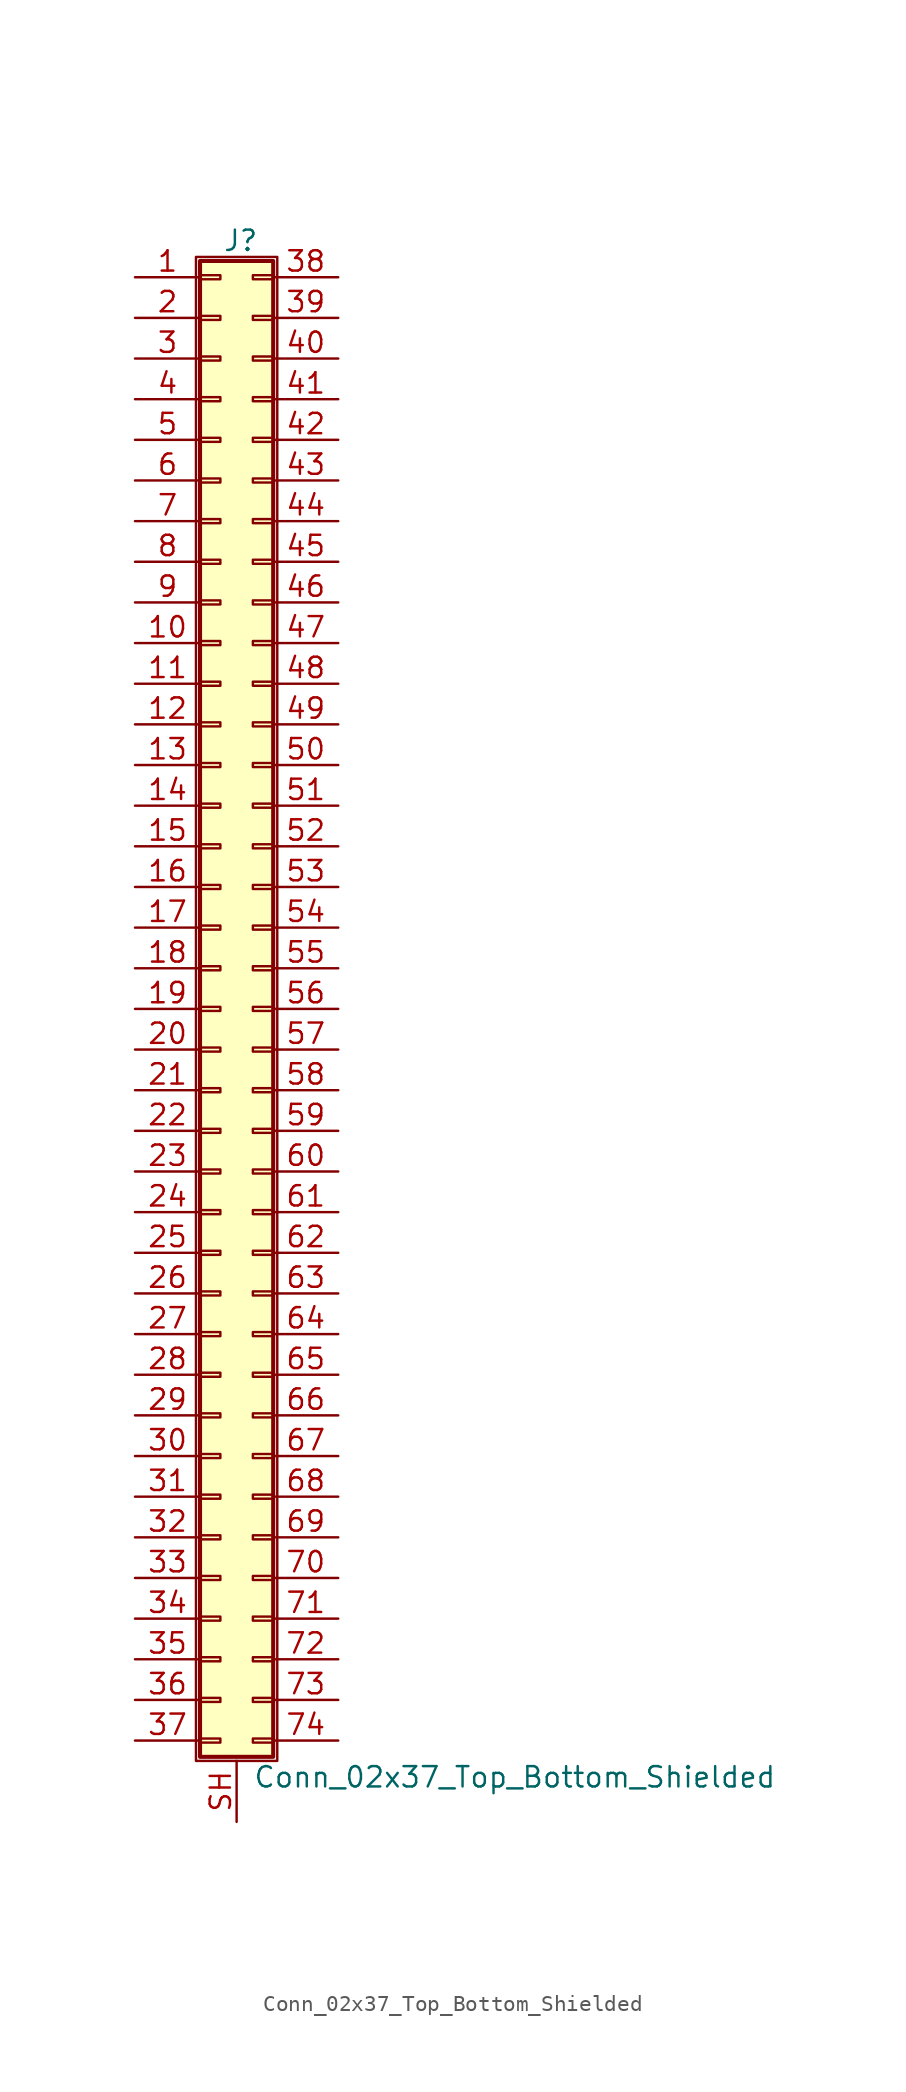
<source format=kicad_sym>
(kicad_symbol_lib
  (version 20220914)
  (generator kicad_symbol_editor)
  (symbol "Conn_02x37_Top_Bottom_Shielded"
    (pin_names
      (offset 1.016) hide)
    (property "Reference" "J"
      (at 1.524 48.006 0)
      (effects (font (size 1.27 1.27))))
    (property "Value" "Conn_02x37_Top_Bottom_Shielded"
      (at 2.286 -48.006 0)
      (effects (font (size 1.27 1.27)) (justify left)))
    (symbol "Conn_02x37_Top_Bottom_Shielded_1_1"
      (rectangle (start -1.27 46.99) (end 3.81 -46.99) (stroke (width 0.152) (type default)) (fill (type none)))
      (rectangle (start -1.016 -45.593) (end 0.254 -45.847) (stroke (width 0.152) (type default)) (fill (type none)))
      (rectangle (start -1.016 -43.053) (end 0.254 -43.307) (stroke (width 0.152) (type default)) (fill (type none)))
      (rectangle (start -1.016 -40.513) (end 0.254 -40.767) (stroke (width 0.152) (type default)) (fill (type none)))
      (rectangle (start -1.016 -37.973) (end 0.254 -38.227) (stroke (width 0.152) (type default)) (fill (type none)))
      (rectangle (start -1.016 -35.433) (end 0.254 -35.687) (stroke (width 0.152) (type default)) (fill (type none)))
      (rectangle (start -1.016 -32.893) (end 0.254 -33.147) (stroke (width 0.152) (type default)) (fill (type none)))
      (rectangle (start -1.016 -30.353) (end 0.254 -30.607) (stroke (width 0.152) (type default)) (fill (type none)))
      (rectangle (start -1.016 -27.813) (end 0.254 -28.067) (stroke (width 0.152) (type default)) (fill (type none)))
      (rectangle (start -1.016 -25.273) (end 0.254 -25.527) (stroke (width 0.152) (type default)) (fill (type none)))
      (rectangle (start -1.016 -22.733) (end 0.254 -22.987) (stroke (width 0.152) (type default)) (fill (type none)))
      (rectangle (start -1.016 -20.193) (end 0.254 -20.447) (stroke (width 0.152) (type default)) (fill (type none)))
      (rectangle (start -1.016 -17.653) (end 0.254 -17.907) (stroke (width 0.152) (type default)) (fill (type none)))
      (rectangle (start -1.016 -15.113) (end 0.254 -15.367) (stroke (width 0.152) (type default)) (fill (type none)))
      (rectangle (start -1.016 -12.573) (end 0.254 -12.827) (stroke (width 0.152) (type default)) (fill (type none)))
      (rectangle (start -1.016 -10.033) (end 0.254 -10.287) (stroke (width 0.152) (type default)) (fill (type none)))
      (rectangle (start -1.016 -7.493) (end 0.254 -7.747) (stroke (width 0.152) (type default)) (fill (type none)))
      (rectangle (start -1.016 -4.953) (end 0.254 -5.207) (stroke (width 0.152) (type default)) (fill (type none)))
      (rectangle (start -1.016 -2.413) (end 0.254 -2.667) (stroke (width 0.152) (type default)) (fill (type none)))
      (rectangle (start -1.016 0.127) (end 0.254 -0.127) (stroke (width 0.152) (type default)) (fill (type none)))
      (rectangle (start -1.016 2.667) (end 0.254 2.413) (stroke (width 0.152) (type default)) (fill (type none)))
      (rectangle (start -1.016 5.207) (end 0.254 4.953) (stroke (width 0.152) (type default)) (fill (type none)))
      (rectangle (start -1.016 7.747) (end 0.254 7.493) (stroke (width 0.152) (type default)) (fill (type none)))
      (rectangle (start -1.016 10.287) (end 0.254 10.033) (stroke (width 0.152) (type default)) (fill (type none)))
      (rectangle (start -1.016 12.827) (end 0.254 12.573) (stroke (width 0.152) (type default)) (fill (type none)))
      (rectangle (start -1.016 15.367) (end 0.254 15.113) (stroke (width 0.152) (type default)) (fill (type none)))
      (rectangle (start -1.016 17.907) (end 0.254 17.653) (stroke (width 0.152) (type default)) (fill (type none)))
      (rectangle (start -1.016 20.447) (end 0.254 20.193) (stroke (width 0.152) (type default)) (fill (type none)))
      (rectangle (start -1.016 22.987) (end 0.254 22.733) (stroke (width 0.152) (type default)) (fill (type none)))
      (rectangle (start -1.016 25.527) (end 0.254 25.273) (stroke (width 0.152) (type default)) (fill (type none)))
      (rectangle (start -1.016 28.067) (end 0.254 27.813) (stroke (width 0.152) (type default)) (fill (type none)))
      (rectangle (start -1.016 30.607) (end 0.254 30.353) (stroke (width 0.152) (type default)) (fill (type none)))
      (rectangle (start -1.016 33.147) (end 0.254 32.893) (stroke (width 0.152) (type default)) (fill (type none)))
      (rectangle (start -1.016 35.687) (end 0.254 35.433) (stroke (width 0.152) (type default)) (fill (type none)))
      (rectangle (start -1.016 38.227) (end 0.254 37.973) (stroke (width 0.152) (type default)) (fill (type none)))
      (rectangle (start -1.016 40.767) (end 0.254 40.513) (stroke (width 0.152) (type default)) (fill (type none)))
      (rectangle (start -1.016 43.307) (end 0.254 43.053) (stroke (width 0.152) (type default)) (fill (type none)))
      (rectangle (start -1.016 45.847) (end 0.254 45.593) (stroke (width 0.152) (type default)) (fill (type none)))
      (rectangle (start -1.016 46.736) (end 3.556 -46.736) (stroke (width 0.254) (type default)) (fill (type background)))
      (rectangle (start 3.556 -45.593) (end 2.286 -45.847) (stroke (width 0.152) (type default)) (fill (type none)))
      (rectangle (start 3.556 -43.053) (end 2.286 -43.307) (stroke (width 0.152) (type default)) (fill (type none)))
      (rectangle (start 3.556 -40.513) (end 2.286 -40.767) (stroke (width 0.152) (type default)) (fill (type none)))
      (rectangle (start 3.556 -37.973) (end 2.286 -38.227) (stroke (width 0.152) (type default)) (fill (type none)))
      (rectangle (start 3.556 -35.433) (end 2.286 -35.687) (stroke (width 0.152) (type default)) (fill (type none)))
      (rectangle (start 3.556 -32.893) (end 2.286 -33.147) (stroke (width 0.152) (type default)) (fill (type none)))
      (rectangle (start 3.556 -30.353) (end 2.286 -30.607) (stroke (width 0.152) (type default)) (fill (type none)))
      (rectangle (start 3.556 -27.813) (end 2.286 -28.067) (stroke (width 0.152) (type default)) (fill (type none)))
      (rectangle (start 3.556 -25.273) (end 2.286 -25.527) (stroke (width 0.152) (type default)) (fill (type none)))
      (rectangle (start 3.556 -22.733) (end 2.286 -22.987) (stroke (width 0.152) (type default)) (fill (type none)))
      (rectangle (start 3.556 -20.193) (end 2.286 -20.447) (stroke (width 0.152) (type default)) (fill (type none)))
      (rectangle (start 3.556 -17.653) (end 2.286 -17.907) (stroke (width 0.152) (type default)) (fill (type none)))
      (rectangle (start 3.556 -15.113) (end 2.286 -15.367) (stroke (width 0.152) (type default)) (fill (type none)))
      (rectangle (start 3.556 -12.573) (end 2.286 -12.827) (stroke (width 0.152) (type default)) (fill (type none)))
      (rectangle (start 3.556 -10.033) (end 2.286 -10.287) (stroke (width 0.152) (type default)) (fill (type none)))
      (rectangle (start 3.556 -7.493) (end 2.286 -7.747) (stroke (width 0.152) (type default)) (fill (type none)))
      (rectangle (start 3.556 -4.953) (end 2.286 -5.207) (stroke (width 0.152) (type default)) (fill (type none)))
      (rectangle (start 3.556 -2.413) (end 2.286 -2.667) (stroke (width 0.152) (type default)) (fill (type none)))
      (rectangle (start 3.556 0.127) (end 2.286 -0.127) (stroke (width 0.152) (type default)) (fill (type none)))
      (rectangle (start 3.556 2.667) (end 2.286 2.413) (stroke (width 0.152) (type default)) (fill (type none)))
      (rectangle (start 3.556 5.207) (end 2.286 4.953) (stroke (width 0.152) (type default)) (fill (type none)))
      (rectangle (start 3.556 7.747) (end 2.286 7.493) (stroke (width 0.152) (type default)) (fill (type none)))
      (rectangle (start 3.556 10.287) (end 2.286 10.033) (stroke (width 0.152) (type default)) (fill (type none)))
      (rectangle (start 3.556 12.827) (end 2.286 12.573) (stroke (width 0.152) (type default)) (fill (type none)))
      (rectangle (start 3.556 15.367) (end 2.286 15.113) (stroke (width 0.152) (type default)) (fill (type none)))
      (rectangle (start 3.556 17.907) (end 2.286 17.653) (stroke (width 0.152) (type default)) (fill (type none)))
      (rectangle (start 3.556 20.447) (end 2.286 20.193) (stroke (width 0.152) (type default)) (fill (type none)))
      (rectangle (start 3.556 22.987) (end 2.286 22.733) (stroke (width 0.152) (type default)) (fill (type none)))
      (rectangle (start 3.556 25.527) (end 2.286 25.273) (stroke (width 0.152) (type default)) (fill (type none)))
      (rectangle (start 3.556 28.067) (end 2.286 27.813) (stroke (width 0.152) (type default)) (fill (type none)))
      (rectangle (start 3.556 30.607) (end 2.286 30.353) (stroke (width 0.152) (type default)) (fill (type none)))
      (rectangle (start 3.556 33.147) (end 2.286 32.893) (stroke (width 0.152) (type default)) (fill (type none)))
      (rectangle (start 3.556 35.687) (end 2.286 35.433) (stroke (width 0.152) (type default)) (fill (type none)))
      (rectangle (start 3.556 38.227) (end 2.286 37.973) (stroke (width 0.152) (type default)) (fill (type none)))
      (rectangle (start 3.556 40.767) (end 2.286 40.513) (stroke (width 0.152) (type default)) (fill (type none)))
      (rectangle (start 3.556 43.307) (end 2.286 43.053) (stroke (width 0.152) (type default)) (fill (type none)))
      (rectangle (start 3.556 45.847) (end 2.286 45.593) (stroke (width 0.152) (type default)) (fill (type none)))
      (pin passive line (at -5.08 45.72 0) (length 4.064) (name "Pin_1" (effects (font (size 1.27 1.27)))) (number "1" (effects (font (size 1.27 1.27)))))
      (pin passive line (at -5.08 22.86 0) (length 4.064) (name "Pin_10" (effects (font (size 1.27 1.27)))) (number "10" (effects (font (size 1.27 1.27)))))
      (pin passive line (at -5.08 20.32 0) (length 4.064) (name "Pin_11" (effects (font (size 1.27 1.27)))) (number "11" (effects (font (size 1.27 1.27)))))
      (pin passive line (at -5.08 17.78 0) (length 4.064) (name "Pin_12" (effects (font (size 1.27 1.27)))) (number "12" (effects (font (size 1.27 1.27)))))
      (pin passive line (at -5.08 15.24 0) (length 4.064) (name "Pin_13" (effects (font (size 1.27 1.27)))) (number "13" (effects (font (size 1.27 1.27)))))
      (pin passive line (at -5.08 12.7 0) (length 4.064) (name "Pin_14" (effects (font (size 1.27 1.27)))) (number "14" (effects (font (size 1.27 1.27)))))
      (pin passive line (at -5.08 10.16 0) (length 4.064) (name "Pin_15" (effects (font (size 1.27 1.27)))) (number "15" (effects (font (size 1.27 1.27)))))
      (pin passive line (at -5.08 7.62 0) (length 4.064) (name "Pin_16" (effects (font (size 1.27 1.27)))) (number "16" (effects (font (size 1.27 1.27)))))
      (pin passive line (at -5.08 5.08 0) (length 4.064) (name "Pin_17" (effects (font (size 1.27 1.27)))) (number "17" (effects (font (size 1.27 1.27)))))
      (pin passive line (at -5.08 2.54 0) (length 4.064) (name "Pin_18" (effects (font (size 1.27 1.27)))) (number "18" (effects (font (size 1.27 1.27)))))
      (pin passive line (at -5.08 0 0) (length 4.064) (name "Pin_19" (effects (font (size 1.27 1.27)))) (number "19" (effects (font (size 1.27 1.27)))))
      (pin passive line (at -5.08 43.18 0) (length 4.064) (name "Pin_2" (effects (font (size 1.27 1.27)))) (number "2" (effects (font (size 1.27 1.27)))))
      (pin passive line (at -5.08 -2.54 0) (length 4.064) (name "Pin_20" (effects (font (size 1.27 1.27)))) (number "20" (effects (font (size 1.27 1.27)))))
      (pin passive line (at -5.08 -5.08 0) (length 4.064) (name "Pin_21" (effects (font (size 1.27 1.27)))) (number "21" (effects (font (size 1.27 1.27)))))
      (pin passive line (at -5.08 -7.62 0) (length 4.064) (name "Pin_22" (effects (font (size 1.27 1.27)))) (number "22" (effects (font (size 1.27 1.27)))))
      (pin passive line (at -5.08 -10.16 0) (length 4.064) (name "Pin_23" (effects (font (size 1.27 1.27)))) (number "23" (effects (font (size 1.27 1.27)))))
      (pin passive line (at -5.08 -12.7 0) (length 4.064) (name "Pin_24" (effects (font (size 1.27 1.27)))) (number "24" (effects (font (size 1.27 1.27)))))
      (pin passive line (at -5.08 -15.24 0) (length 4.064) (name "Pin_25" (effects (font (size 1.27 1.27)))) (number "25" (effects (font (size 1.27 1.27)))))
      (pin passive line (at -5.08 -17.78 0) (length 4.064) (name "Pin_26" (effects (font (size 1.27 1.27)))) (number "26" (effects (font (size 1.27 1.27)))))
      (pin passive line (at -5.08 -20.32 0) (length 4.064) (name "Pin_27" (effects (font (size 1.27 1.27)))) (number "27" (effects (font (size 1.27 1.27)))))
      (pin passive line (at -5.08 -22.86 0) (length 4.064) (name "Pin_28" (effects (font (size 1.27 1.27)))) (number "28" (effects (font (size 1.27 1.27)))))
      (pin passive line (at -5.08 -25.4 0) (length 4.064) (name "Pin_29" (effects (font (size 1.27 1.27)))) (number "29" (effects (font (size 1.27 1.27)))))
      (pin passive line (at -5.08 40.64 0) (length 4.064) (name "Pin_3" (effects (font (size 1.27 1.27)))) (number "3" (effects (font (size 1.27 1.27)))))
      (pin passive line (at -5.08 -27.94 0) (length 4.064) (name "Pin_30" (effects (font (size 1.27 1.27)))) (number "30" (effects (font (size 1.27 1.27)))))
      (pin passive line (at -5.08 -30.48 0) (length 4.064) (name "Pin_31" (effects (font (size 1.27 1.27)))) (number "31" (effects (font (size 1.27 1.27)))))
      (pin passive line (at -5.08 -33.02 0) (length 4.064) (name "Pin_32" (effects (font (size 1.27 1.27)))) (number "32" (effects (font (size 1.27 1.27)))))
      (pin passive line (at -5.08 -35.56 0) (length 4.064) (name "Pin_33" (effects (font (size 1.27 1.27)))) (number "33" (effects (font (size 1.27 1.27)))))
      (pin passive line (at -5.08 -38.1 0) (length 4.064) (name "Pin_34" (effects (font (size 1.27 1.27)))) (number "34" (effects (font (size 1.27 1.27)))))
      (pin passive line (at -5.08 -40.64 0) (length 4.064) (name "Pin_35" (effects (font (size 1.27 1.27)))) (number "35" (effects (font (size 1.27 1.27)))))
      (pin passive line (at -5.08 -43.18 0) (length 4.064) (name "Pin_36" (effects (font (size 1.27 1.27)))) (number "36" (effects (font (size 1.27 1.27)))))
      (pin passive line (at -5.08 -45.72 0) (length 4.064) (name "Pin_37" (effects (font (size 1.27 1.27)))) (number "37" (effects (font (size 1.27 1.27)))))
      (pin passive line (at 7.62 45.72 180) (length 4.064) (name "Pin_38" (effects (font (size 1.27 1.27)))) (number "38" (effects (font (size 1.27 1.27)))))
      (pin passive line (at 7.62 43.18 180) (length 4.064) (name "Pin_39" (effects (font (size 1.27 1.27)))) (number "39" (effects (font (size 1.27 1.27)))))
      (pin passive line (at -5.08 38.1 0) (length 4.064) (name "Pin_4" (effects (font (size 1.27 1.27)))) (number "4" (effects (font (size 1.27 1.27)))))
      (pin passive line (at 7.62 40.64 180) (length 4.064) (name "Pin_40" (effects (font (size 1.27 1.27)))) (number "40" (effects (font (size 1.27 1.27)))))
      (pin passive line (at 7.62 38.1 180) (length 4.064) (name "Pin_41" (effects (font (size 1.27 1.27)))) (number "41" (effects (font (size 1.27 1.27)))))
      (pin passive line (at 7.62 35.56 180) (length 4.064) (name "Pin_42" (effects (font (size 1.27 1.27)))) (number "42" (effects (font (size 1.27 1.27)))))
      (pin passive line (at 7.62 33.02 180) (length 4.064) (name "Pin_43" (effects (font (size 1.27 1.27)))) (number "43" (effects (font (size 1.27 1.27)))))
      (pin passive line (at 7.62 30.48 180) (length 4.064) (name "Pin_44" (effects (font (size 1.27 1.27)))) (number "44" (effects (font (size 1.27 1.27)))))
      (pin passive line (at 7.62 27.94 180) (length 4.064) (name "Pin_45" (effects (font (size 1.27 1.27)))) (number "45" (effects (font (size 1.27 1.27)))))
      (pin passive line (at 7.62 25.4 180) (length 4.064) (name "Pin_46" (effects (font (size 1.27 1.27)))) (number "46" (effects (font (size 1.27 1.27)))))
      (pin passive line (at 7.62 22.86 180) (length 4.064) (name "Pin_47" (effects (font (size 1.27 1.27)))) (number "47" (effects (font (size 1.27 1.27)))))
      (pin passive line (at 7.62 20.32 180) (length 4.064) (name "Pin_48" (effects (font (size 1.27 1.27)))) (number "48" (effects (font (size 1.27 1.27)))))
      (pin passive line (at 7.62 17.78 180) (length 4.064) (name "Pin_49" (effects (font (size 1.27 1.27)))) (number "49" (effects (font (size 1.27 1.27)))))
      (pin passive line (at -5.08 35.56 0) (length 4.064) (name "Pin_5" (effects (font (size 1.27 1.27)))) (number "5" (effects (font (size 1.27 1.27)))))
      (pin passive line (at 7.62 15.24 180) (length 4.064) (name "Pin_50" (effects (font (size 1.27 1.27)))) (number "50" (effects (font (size 1.27 1.27)))))
      (pin passive line (at 7.62 12.7 180) (length 4.064) (name "Pin_51" (effects (font (size 1.27 1.27)))) (number "51" (effects (font (size 1.27 1.27)))))
      (pin passive line (at 7.62 10.16 180) (length 4.064) (name "Pin_52" (effects (font (size 1.27 1.27)))) (number "52" (effects (font (size 1.27 1.27)))))
      (pin passive line (at 7.62 7.62 180) (length 4.064) (name "Pin_53" (effects (font (size 1.27 1.27)))) (number "53" (effects (font (size 1.27 1.27)))))
      (pin passive line (at 7.62 5.08 180) (length 4.064) (name "Pin_54" (effects (font (size 1.27 1.27)))) (number "54" (effects (font (size 1.27 1.27)))))
      (pin passive line (at 7.62 2.54 180) (length 4.064) (name "Pin_55" (effects (font (size 1.27 1.27)))) (number "55" (effects (font (size 1.27 1.27)))))
      (pin passive line (at 7.62 0 180) (length 4.064) (name "Pin_56" (effects (font (size 1.27 1.27)))) (number "56" (effects (font (size 1.27 1.27)))))
      (pin passive line (at 7.62 -2.54 180) (length 4.064) (name "Pin_57" (effects (font (size 1.27 1.27)))) (number "57" (effects (font (size 1.27 1.27)))))
      (pin passive line (at 7.62 -5.08 180) (length 4.064) (name "Pin_58" (effects (font (size 1.27 1.27)))) (number "58" (effects (font (size 1.27 1.27)))))
      (pin passive line (at 7.62 -7.62 180) (length 4.064) (name "Pin_59" (effects (font (size 1.27 1.27)))) (number "59" (effects (font (size 1.27 1.27)))))
      (pin passive line (at -5.08 33.02 0) (length 4.064) (name "Pin_6" (effects (font (size 1.27 1.27)))) (number "6" (effects (font (size 1.27 1.27)))))
      (pin passive line (at 7.62 -10.16 180) (length 4.064) (name "Pin_60" (effects (font (size 1.27 1.27)))) (number "60" (effects (font (size 1.27 1.27)))))
      (pin passive line (at 7.62 -12.7 180) (length 4.064) (name "Pin_61" (effects (font (size 1.27 1.27)))) (number "61" (effects (font (size 1.27 1.27)))))
      (pin passive line (at 7.62 -15.24 180) (length 4.064) (name "Pin_62" (effects (font (size 1.27 1.27)))) (number "62" (effects (font (size 1.27 1.27)))))
      (pin passive line (at 7.62 -17.78 180) (length 4.064) (name "Pin_63" (effects (font (size 1.27 1.27)))) (number "63" (effects (font (size 1.27 1.27)))))
      (pin passive line (at 7.62 -20.32 180) (length 4.064) (name "Pin_64" (effects (font (size 1.27 1.27)))) (number "64" (effects (font (size 1.27 1.27)))))
      (pin passive line (at 7.62 -22.86 180) (length 4.064) (name "Pin_65" (effects (font (size 1.27 1.27)))) (number "65" (effects (font (size 1.27 1.27)))))
      (pin passive line (at 7.62 -25.4 180) (length 4.064) (name "Pin_66" (effects (font (size 1.27 1.27)))) (number "66" (effects (font (size 1.27 1.27)))))
      (pin passive line (at 7.62 -27.94 180) (length 4.064) (name "Pin_67" (effects (font (size 1.27 1.27)))) (number "67" (effects (font (size 1.27 1.27)))))
      (pin passive line (at 7.62 -30.48 180) (length 4.064) (name "Pin_68" (effects (font (size 1.27 1.27)))) (number "68" (effects (font (size 1.27 1.27)))))
      (pin passive line (at 7.62 -33.02 180) (length 4.064) (name "Pin_69" (effects (font (size 1.27 1.27)))) (number "69" (effects (font (size 1.27 1.27)))))
      (pin passive line (at -5.08 30.48 0) (length 4.064) (name "Pin_7" (effects (font (size 1.27 1.27)))) (number "7" (effects (font (size 1.27 1.27)))))
      (pin passive line (at 7.62 -35.56 180) (length 4.064) (name "Pin_70" (effects (font (size 1.27 1.27)))) (number "70" (effects (font (size 1.27 1.27)))))
      (pin passive line (at 7.62 -38.1 180) (length 4.064) (name "Pin_71" (effects (font (size 1.27 1.27)))) (number "71" (effects (font (size 1.27 1.27)))))
      (pin passive line (at 7.62 -40.64 180) (length 4.064) (name "Pin_72" (effects (font (size 1.27 1.27)))) (number "72" (effects (font (size 1.27 1.27)))))
      (pin passive line (at 7.62 -43.18 180) (length 4.064) (name "Pin_73" (effects (font (size 1.27 1.27)))) (number "73" (effects (font (size 1.27 1.27)))))
      (pin passive line (at 7.62 -45.72 180) (length 4.064) (name "Pin_74" (effects (font (size 1.27 1.27)))) (number "74" (effects (font (size 1.27 1.27)))))
      (pin passive line (at -5.08 27.94 0) (length 4.064) (name "Pin_8" (effects (font (size 1.27 1.27)))) (number "8" (effects (font (size 1.27 1.27)))))
      (pin passive line (at -5.08 25.4 0) (length 4.064) (name "Pin_9" (effects (font (size 1.27 1.27)))) (number "9" (effects (font (size 1.27 1.27)))))
      (pin passive line (at 1.27 -50.8 90) (length 3.81) (name "Shield" (effects (font (size 1.27 1.27)))) (number "SH" (effects (font (size 1.27 1.27))))))))
</source>
